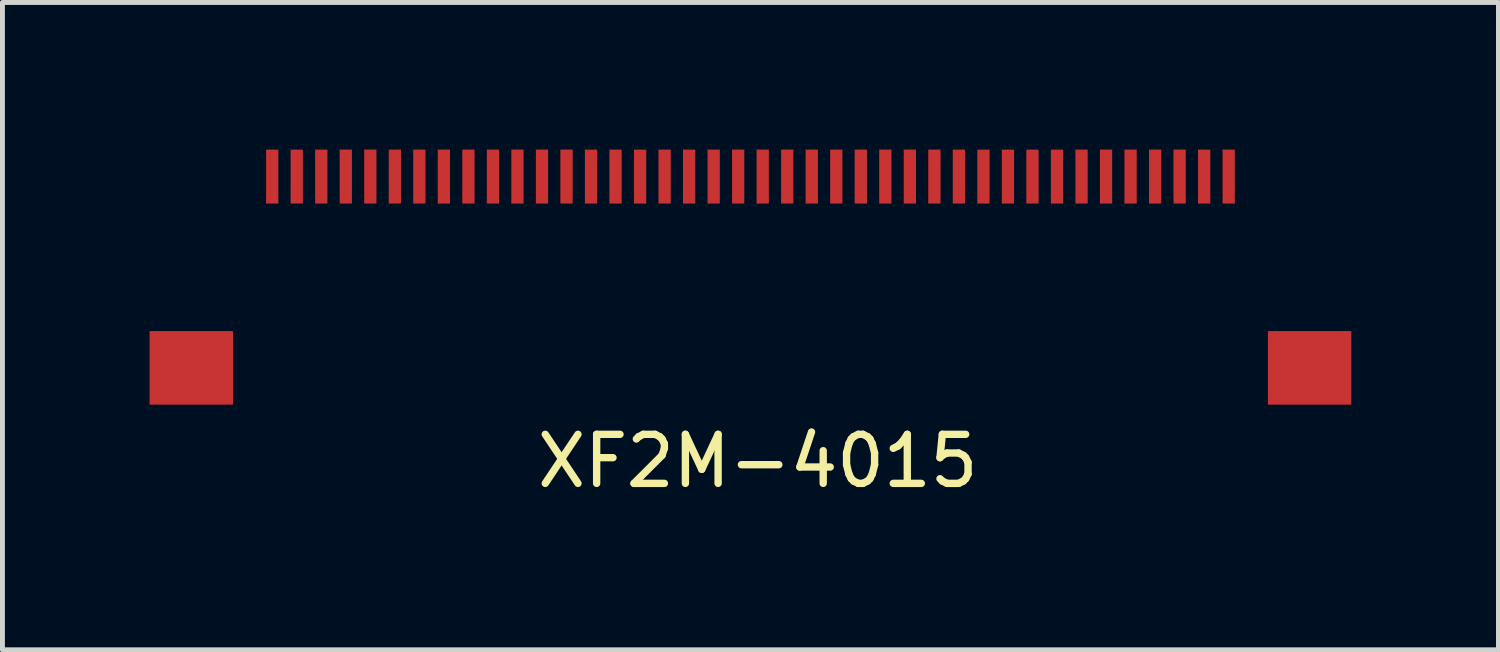
<source format=kicad_pcb>
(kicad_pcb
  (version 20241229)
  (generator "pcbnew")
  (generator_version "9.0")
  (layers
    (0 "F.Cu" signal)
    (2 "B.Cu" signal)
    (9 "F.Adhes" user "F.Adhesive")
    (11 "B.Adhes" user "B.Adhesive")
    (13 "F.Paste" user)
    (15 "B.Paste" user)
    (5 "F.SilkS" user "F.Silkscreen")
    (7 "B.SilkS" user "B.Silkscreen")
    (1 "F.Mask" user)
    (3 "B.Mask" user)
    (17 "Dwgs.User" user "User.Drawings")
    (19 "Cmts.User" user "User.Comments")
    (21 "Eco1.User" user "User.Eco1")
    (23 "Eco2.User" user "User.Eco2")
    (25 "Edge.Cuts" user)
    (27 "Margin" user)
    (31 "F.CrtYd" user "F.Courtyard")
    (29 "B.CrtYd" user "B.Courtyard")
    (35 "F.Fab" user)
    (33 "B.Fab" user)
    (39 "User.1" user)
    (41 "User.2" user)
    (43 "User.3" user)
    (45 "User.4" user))
  (footprint "XF2M-4015"
    (layer "F.Cu")
    (at 12.25 1.1)
    (property "Reference" "XF2M-4015" (at 0.15 5.25 0) (layer "F.SilkS") (effects (font (size 1 1) (thickness 0.15))))
    (attr through_hole)
    (pad "1" smd rect (at 9.75 -0.55) (size 0.25 1.1) (layers "F.Cu" "F.Mask" "F.Paste"))
    (pad "2" smd rect (at 9.25 -0.55) (size 0.25 1.1) (layers "F.Cu" "F.Mask" "F.Paste"))
    (pad "3" smd rect (at 8.75 -0.55) (size 0.25 1.1) (layers "F.Cu" "F.Mask" "F.Paste"))
    (pad "4" smd rect (at 8.25 -0.55) (size 0.25 1.1) (layers "F.Cu" "F.Mask" "F.Paste"))
    (pad "5" smd rect (at 7.75 -0.55) (size 0.25 1.1) (layers "F.Cu" "F.Mask" "F.Paste"))
    (pad "6" smd rect (at 7.25 -0.55) (size 0.25 1.1) (layers "F.Cu" "F.Mask" "F.Paste"))
    (pad "7" smd rect (at 6.75 -0.55) (size 0.25 1.1) (layers "F.Cu" "F.Mask" "F.Paste"))
    (pad "8" smd rect (at 6.25 -0.55) (size 0.25 1.1) (layers "F.Cu" "F.Mask" "F.Paste"))
    (pad "9" smd rect (at 5.75 -0.55) (size 0.25 1.1) (layers "F.Cu" "F.Mask" "F.Paste"))
    (pad "10" smd rect (at 5.25 -0.55) (size 0.25 1.1) (layers "F.Cu" "F.Mask" "F.Paste"))
    (pad "11" smd rect (at 4.75 -0.55) (size 0.25 1.1) (layers "F.Cu" "F.Mask" "F.Paste"))
    (pad "12" smd rect (at 4.25 -0.55) (size 0.25 1.1) (layers "F.Cu" "F.Mask" "F.Paste"))
    (pad "13" smd rect (at 3.75 -0.55) (size 0.25 1.1) (layers "F.Cu" "F.Mask" "F.Paste"))
    (pad "14" smd rect (at 3.25 -0.55) (size 0.25 1.1) (layers "F.Cu" "F.Mask" "F.Paste"))
    (pad "15" smd rect (at 2.75 -0.55) (size 0.25 1.1) (layers "F.Cu" "F.Mask" "F.Paste"))
    (pad "16" smd rect (at 2.25 -0.55) (size 0.25 1.1) (layers "F.Cu" "F.Mask" "F.Paste"))
    (pad "17" smd rect (at 1.75 -0.55) (size 0.25 1.1) (layers "F.Cu" "F.Mask" "F.Paste"))
    (pad "18" smd rect (at 1.25 -0.55) (size 0.25 1.1) (layers "F.Cu" "F.Mask" "F.Paste"))
    (pad "19" smd rect (at 0.75 -0.55) (size 0.25 1.1) (layers "F.Cu" "F.Mask" "F.Paste"))
    (pad "20" smd rect (at 0.25 -0.55) (size 0.25 1.1) (layers "F.Cu" "F.Mask" "F.Paste"))
    (pad "21" smd rect (at -0.25 -0.55) (size 0.25 1.1) (layers "F.Cu" "F.Mask" "F.Paste"))
    (pad "22" smd rect (at -0.75 -0.55) (size 0.25 1.1) (layers "F.Cu" "F.Mask" "F.Paste"))
    (pad "23" smd rect (at -1.25 -0.55) (size 0.25 1.1) (layers "F.Cu" "F.Mask" "F.Paste"))
    (pad "24" smd rect (at -1.75 -0.55) (size 0.25 1.1) (layers "F.Cu" "F.Mask" "F.Paste"))
    (pad "25" smd rect (at -2.25 -0.55) (size 0.25 1.1) (layers "F.Cu" "F.Mask" "F.Paste"))
    (pad "26" smd rect (at -2.75 -0.55) (size 0.25 1.1) (layers "F.Cu" "F.Mask" "F.Paste"))
    (pad "27" smd rect (at -3.25 -0.55) (size 0.25 1.1) (layers "F.Cu" "F.Mask" "F.Paste"))
    (pad "28" smd rect (at -3.75 -0.55) (size 0.25 1.1) (layers "F.Cu" "F.Mask" "F.Paste"))
    (pad "29" smd rect (at -4.25 -0.55) (size 0.25 1.1) (layers "F.Cu" "F.Mask" "F.Paste"))
    (pad "30" smd rect (at -4.75 -0.55) (size 0.25 1.1) (layers "F.Cu" "F.Mask" "F.Paste"))
    (pad "31" smd rect (at -5.25 -0.55) (size 0.25 1.1) (layers "F.Cu" "F.Mask" "F.Paste"))
    (pad "32" smd rect (at -5.75 -0.55) (size 0.25 1.1) (layers "F.Cu" "F.Mask" "F.Paste"))
    (pad "33" smd rect (at -6.25 -0.55) (size 0.25 1.1) (layers "F.Cu" "F.Mask" "F.Paste"))
    (pad "34" smd rect (at -6.75 -0.55) (size 0.25 1.1) (layers "F.Cu" "F.Mask" "F.Paste"))
    (pad "35" smd rect (at -7.25 -0.55) (size 0.25 1.1) (layers "F.Cu" "F.Mask" "F.Paste"))
    (pad "36" smd rect (at -7.75 -0.55) (size 0.25 1.1) (layers "F.Cu" "F.Mask" "F.Paste"))
    (pad "37" smd rect (at -8.25 -0.55) (size 0.25 1.1) (layers "F.Cu" "F.Mask" "F.Paste"))
    (pad "38" smd rect (at -8.75 -0.55) (size 0.25 1.1) (layers "F.Cu" "F.Mask" "F.Paste"))
    (pad "39" smd rect (at -9.25 -0.55) (size 0.25 1.1) (layers "F.Cu" "F.Mask" "F.Paste"))
    (pad "40" smd rect (at -9.75 -0.55) (size 0.25 1.1) (layers "F.Cu" "F.Mask" "F.Paste"))
    (pad "41" smd rect (at -11.4 3.35) (size 1.7 1.5) (layers "F.Cu" "F.Mask" "F.Paste"))
    (pad "42" smd rect (at 11.4 3.35) (size 1.7 1.5) (layers "F.Cu" "F.Mask" "F.Paste")))
  (gr_rect
    (start -3 -3)
    (end 27.5 10.198)
    (stroke (width 0.1) (type default))
    (fill no)
    (layer "Edge.Cuts")))
</source>
